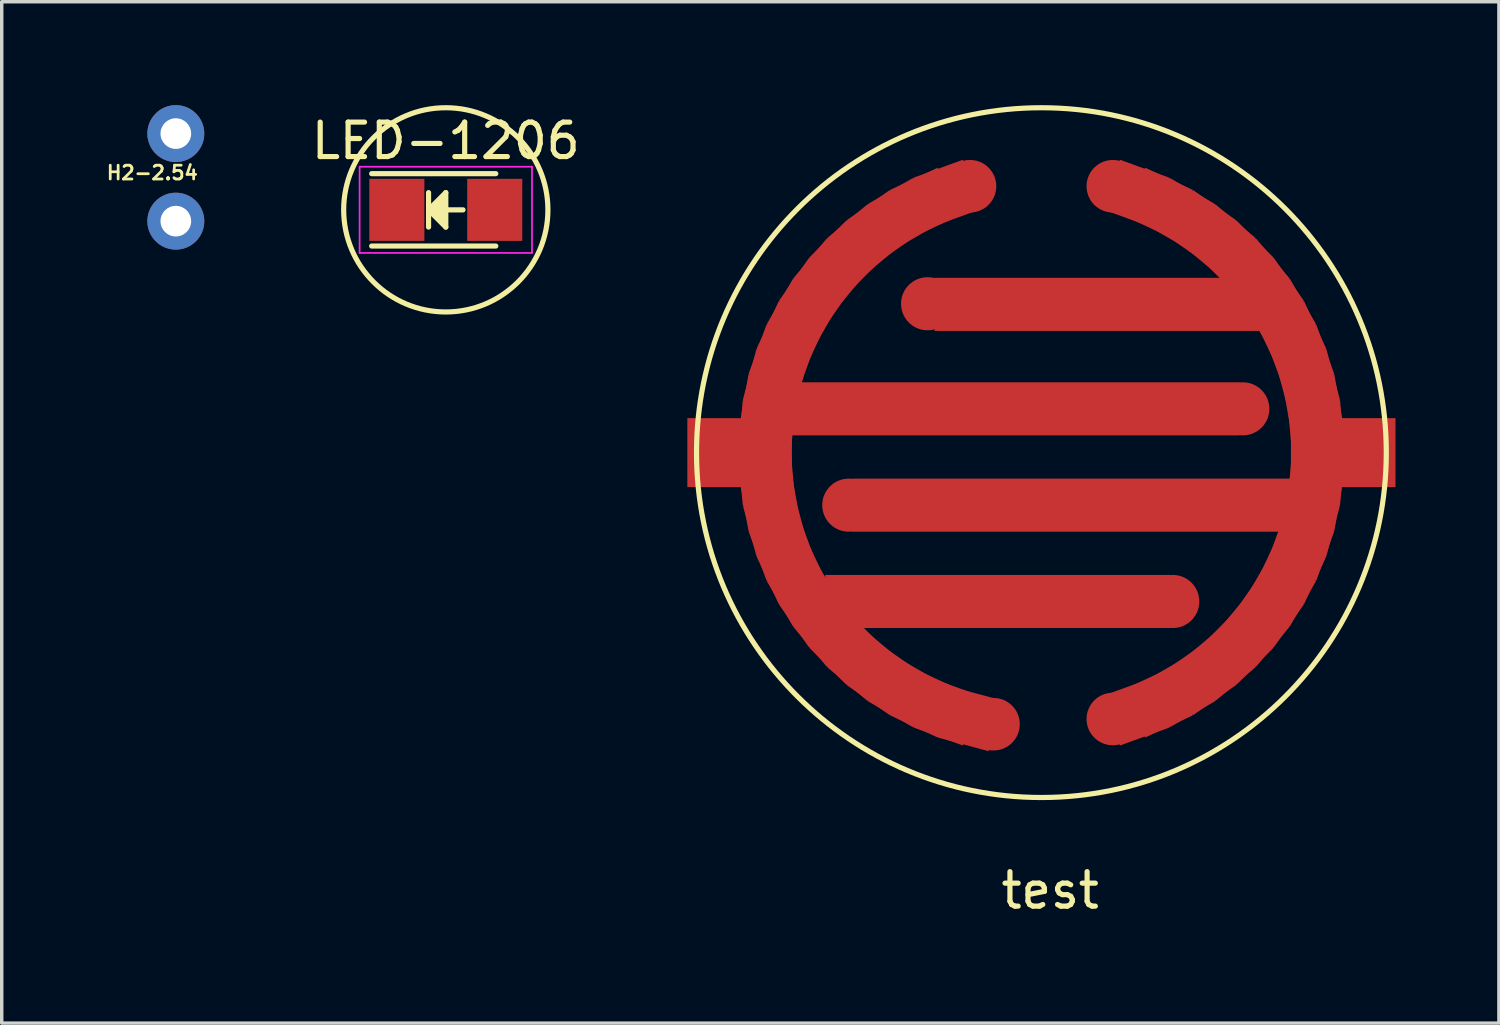
<source format=kicad_pcb>
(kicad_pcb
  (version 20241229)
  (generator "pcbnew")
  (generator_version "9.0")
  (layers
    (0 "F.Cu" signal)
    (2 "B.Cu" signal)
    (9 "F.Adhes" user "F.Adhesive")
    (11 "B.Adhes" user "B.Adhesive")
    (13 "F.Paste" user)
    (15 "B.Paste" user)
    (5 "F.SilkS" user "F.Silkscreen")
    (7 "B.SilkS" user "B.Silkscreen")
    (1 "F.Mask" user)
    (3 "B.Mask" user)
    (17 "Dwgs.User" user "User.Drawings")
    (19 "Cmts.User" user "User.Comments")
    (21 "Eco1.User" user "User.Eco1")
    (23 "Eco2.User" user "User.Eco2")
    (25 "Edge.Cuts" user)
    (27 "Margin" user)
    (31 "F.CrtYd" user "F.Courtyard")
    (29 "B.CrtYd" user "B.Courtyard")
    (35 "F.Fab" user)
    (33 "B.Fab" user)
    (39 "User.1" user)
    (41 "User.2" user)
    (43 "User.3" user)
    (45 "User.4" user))
  (footprint "H2-2.54"
    (layer "F.Cu")
    (at 2.05 2.095)
    (property "Reference" "H2-2.54" (at -2.05 0.1 180) (layer "F.SilkS") (effects (font (size 0.4 0.4) (thickness 0.08)) (justify left bottom)))
    (attr through_hole)
    (pad "1" thru_hole circle (at 0 -1.27) (size 1.651 1.651) (drill 0.889) (layers "*.Cu" "*.Mask"))
    (pad "2" thru_hole circle (at 0 1.27) (size 1.651 1.651) (drill 0.889) (layers "*.Cu" "*.Mask")))
  (footprint "test"
    (layer "F.Cu")
    (at 27.158 10.079)
    (property "Reference" "test" (at 0.254 12.7 0) (layer "F.SilkS") (effects (font (size 1 1) (thickness 0.15))))
    (attr through_hole)
    (fp_circle (center 0 0) (end -8.382 -5.461) (stroke (width 0.15) (type solid)) (fill no) (layer "F.SilkS"))
    (pad "1" smd rect (at -9.271 0) (size 2 2) (layers "F.Cu" "F.Mask" "F.Paste"))
    (pad "1" smd rect (at -8 0) (size 1.524 1.524) (layers "F.Cu" "F.Mask" "F.Paste"))
    (pad "1" smd rect (at -7.97 -0.697 355) (size 1.524 1.524) (layers "F.Cu" "F.Mask" "F.Paste"))
    (pad "1" smd rect (at -7.97 0.697 5) (size 1.524 1.524) (layers "F.Cu" "F.Mask" "F.Paste"))
    (pad "1" smd rect (at -7.878 -1.389 350) (size 1.524 1.524) (layers "F.Cu" "F.Mask" "F.Paste"))
    (pad "1" smd rect (at -7.878 1.389 10) (size 1.524 1.524) (layers "F.Cu" "F.Mask" "F.Paste"))
    (pad "1" smd rect (at -7.727 -2.071 345) (size 1.524 1.524) (layers "F.Cu" "F.Mask" "F.Paste"))
    (pad "1" smd rect (at -7.727 2.071 15) (size 1.524 1.524) (layers "F.Cu" "F.Mask" "F.Paste"))
    (pad "1" smd rect (at -7.518 -2.736 340) (size 1.524 1.524) (layers "F.Cu" "F.Mask" "F.Paste"))
    (pad "1" smd rect (at -7.518 2.736 20) (size 1.524 1.524) (layers "F.Cu" "F.Mask" "F.Paste"))
    (pad "1" smd rect (at -7.25 -3.381 335) (size 1.524 1.524) (layers "F.Cu" "F.Mask" "F.Paste"))
    (pad "1" smd rect (at -7.25 3.381 25) (size 1.524 1.524) (layers "F.Cu" "F.Mask" "F.Paste"))
    (pad "1" smd rect (at -6.928 -4 330) (size 1.524 1.524) (layers "F.Cu" "F.Mask" "F.Paste"))
    (pad "1" smd rect (at -6.928 4 30) (size 1.524 1.524) (layers "F.Cu" "F.Mask" "F.Paste"))
    (pad "1" smd rect (at -6.553 -4.589 325) (size 1.524 1.524) (layers "F.Cu" "F.Mask" "F.Paste"))
    (pad "1" smd rect (at -6.553 4.589 35) (size 1.524 1.524) (layers "F.Cu" "F.Mask" "F.Paste"))
    (pad "1" smd rect (at -6.128 -5.142 320) (size 1.524 1.524) (layers "F.Cu" "F.Mask" "F.Paste"))
    (pad "1" smd rect (at -6.128 5.142 40) (size 1.524 1.524) (layers "F.Cu" "F.Mask" "F.Paste"))
    (pad "1" smd rect (at -5.657 -5.657 315) (size 1.524 1.524) (layers "F.Cu" "F.Mask" "F.Paste"))
    (pad "1" smd rect (at -5.657 5.657 45) (size 1.524 1.524) (layers "F.Cu" "F.Mask" "F.Paste"))
    (pad "1" smd rect (at -5.142 -6.128 310) (size 1.524 1.524) (layers "F.Cu" "F.Mask" "F.Paste"))
    (pad "1" smd rect (at -5.142 6.128 50) (size 1.524 1.524) (layers "F.Cu" "F.Mask" "F.Paste"))
    (pad "1" smd rect (at -4.589 -6.553 305) (size 1.524 1.524) (layers "F.Cu" "F.Mask" "F.Paste"))
    (pad "1" smd rect (at -4.589 6.553 55) (size 1.524 1.524) (layers "F.Cu" "F.Mask" "F.Paste"))
    (pad "1" smd rect (at -4 -6.928 300) (size 1.524 1.524) (layers "F.Cu" "F.Mask" "F.Paste"))
    (pad "1" smd rect (at -4 6.928 60) (size 1.524 1.524) (layers "F.Cu" "F.Mask" "F.Paste"))
    (pad "1" smd rect (at -3.381 -7.25 295) (size 1.524 1.524) (layers "F.Cu" "F.Mask" "F.Paste"))
    (pad "1" smd rect (at -3.381 7.25 65) (size 1.524 1.524) (layers "F.Cu" "F.Mask" "F.Paste"))
    (pad "1" smd rect (at -2.736 -7.518 290) (size 1.524 1.524) (layers "F.Cu" "F.Mask" "F.Paste"))
    (pad "1" smd rect (at -2.736 7.518 70) (size 1.524 1.524) (layers "F.Cu" "F.Mask" "F.Paste"))
    (pad "1" smd circle (at -2.071 -7.727 285) (size 1.524 1.524) (layers "F.Cu" "F.Mask" "F.Paste"))
    (pad "1" smd rect (at -2.071 7.727 75) (size 1.524 1.524) (layers "F.Cu" "F.Mask" "F.Paste"))
    (pad "1" smd circle (at -1.389 7.878 80) (size 1.524 1.524) (layers "F.Cu" "F.Mask" "F.Paste"))
    (pad "1" smd rect (at -1.27 4.318) (size 10 1.54) (layers "F.Cu" "F.Mask" "F.Paste"))
    (pad "1" smd rect (at -0.762 -1.27) (size 13 1.54) (layers "F.Cu" "F.Mask" "F.Paste"))
    (pad "1" smd circle (at 3.81 4.318) (size 1.54 1.54) (layers "F.Cu" "F.Mask" "F.Paste"))
    (pad "1" smd circle (at 5.842 -1.27) (size 1.54 1.54) (layers "F.Cu" "F.Mask" "F.Paste"))
    (pad "2" smd circle (at -5.588 1.524) (size 1.54 1.54) (layers "F.Cu" "F.Mask" "F.Paste"))
    (pad "2" smd circle (at -3.302 -4.318) (size 1.54 1.54) (layers "F.Cu" "F.Mask" "F.Paste"))
    (pad "2" smd rect (at 1.016 1.524) (size 13 1.54) (layers "F.Cu" "F.Mask" "F.Paste"))
    (pad "2" smd rect (at 1.9 -4.3) (size 10 1.54) (layers "F.Cu" "F.Mask" "F.Paste"))
    (pad "2" smd circle (at 2.071 -7.727 255) (size 1.524 1.524) (layers "F.Cu" "F.Mask" "F.Paste"))
    (pad "2" smd circle (at 2.071 7.727 105) (size 1.524 1.524) (layers "F.Cu" "F.Mask" "F.Paste"))
    (pad "2" smd rect (at 2.736 -7.518 250) (size 1.524 1.524) (layers "F.Cu" "F.Mask" "F.Paste"))
    (pad "2" smd rect (at 2.736 7.518 110) (size 1.524 1.524) (layers "F.Cu" "F.Mask" "F.Paste"))
    (pad "2" smd rect (at 3.381 -7.25 245) (size 1.524 1.524) (layers "F.Cu" "F.Mask" "F.Paste"))
    (pad "2" smd rect (at 3.381 7.25 115) (size 1.524 1.524) (layers "F.Cu" "F.Mask" "F.Paste"))
    (pad "2" smd rect (at 4 -6.928 240) (size 1.524 1.524) (layers "F.Cu" "F.Mask" "F.Paste"))
    (pad "2" smd rect (at 4 6.928 120) (size 1.524 1.524) (layers "F.Cu" "F.Mask" "F.Paste"))
    (pad "2" smd rect (at 4.589 -6.553 235) (size 1.524 1.524) (layers "F.Cu" "F.Mask" "F.Paste"))
    (pad "2" smd rect (at 4.589 6.553 125) (size 1.524 1.524) (layers "F.Cu" "F.Mask" "F.Paste"))
    (pad "2" smd rect (at 5.142 -6.128 230) (size 1.524 1.524) (layers "F.Cu" "F.Mask" "F.Paste"))
    (pad "2" smd rect (at 5.142 6.128 130) (size 1.524 1.524) (layers "F.Cu" "F.Mask" "F.Paste"))
    (pad "2" smd rect (at 5.657 -5.657 225) (size 1.524 1.524) (layers "F.Cu" "F.Mask" "F.Paste"))
    (pad "2" smd rect (at 5.657 5.657 135) (size 1.524 1.524) (layers "F.Cu" "F.Mask" "F.Paste"))
    (pad "2" smd rect (at 6.128 -5.142 220) (size 1.524 1.524) (layers "F.Cu" "F.Mask" "F.Paste"))
    (pad "2" smd rect (at 6.128 5.142 140) (size 1.524 1.524) (layers "F.Cu" "F.Mask" "F.Paste"))
    (pad "2" smd rect (at 6.553 -4.589 215) (size 1.524 1.524) (layers "F.Cu" "F.Mask" "F.Paste"))
    (pad "2" smd rect (at 6.553 4.589 145) (size 1.524 1.524) (layers "F.Cu" "F.Mask" "F.Paste"))
    (pad "2" smd rect (at 6.928 -4 210) (size 1.524 1.524) (layers "F.Cu" "F.Mask" "F.Paste"))
    (pad "2" smd rect (at 6.928 4 150) (size 1.524 1.524) (layers "F.Cu" "F.Mask" "F.Paste"))
    (pad "2" smd rect (at 7.25 -3.381 205) (size 1.524 1.524) (layers "F.Cu" "F.Mask" "F.Paste"))
    (pad "2" smd rect (at 7.25 3.381 155) (size 1.524 1.524) (layers "F.Cu" "F.Mask" "F.Paste"))
    (pad "2" smd rect (at 7.518 -2.736 200) (size 1.524 1.524) (layers "F.Cu" "F.Mask" "F.Paste"))
    (pad "2" smd rect (at 7.518 2.736 160) (size 1.524 1.524) (layers "F.Cu" "F.Mask" "F.Paste"))
    (pad "2" smd rect (at 7.727 -2.071 195) (size 1.524 1.524) (layers "F.Cu" "F.Mask" "F.Paste"))
    (pad "2" smd rect (at 7.727 2.071 165) (size 1.524 1.524) (layers "F.Cu" "F.Mask" "F.Paste"))
    (pad "2" smd rect (at 7.878 -1.389 190) (size 1.524 1.524) (layers "F.Cu" "F.Mask" "F.Paste"))
    (pad "2" smd rect (at 7.878 1.389 170) (size 1.524 1.524) (layers "F.Cu" "F.Mask" "F.Paste"))
    (pad "2" smd rect (at 7.97 -0.697 185) (size 1.524 1.524) (layers "F.Cu" "F.Mask" "F.Paste"))
    (pad "2" smd rect (at 7.97 0.697 175) (size 1.524 1.524) (layers "F.Cu" "F.Mask" "F.Paste"))
    (pad "2" smd rect (at 8 0 180) (size 1.524 1.524) (layers "F.Cu" "F.Mask" "F.Paste"))
    (pad "2" smd rect (at 9.271 0) (size 2 2) (layers "F.Cu" "F.Mask" "F.Paste")))
  (footprint "LED-1206"
    (layer "F.Cu")
    (at 9.881 3.037)
    (property "Reference" "LED-1206" (at 0 -2 0) (layer "F.SilkS") (effects (font (size 1 1) (thickness 0.15))))
    (attr smd)
    (fp_line (start -2.15 -1.05) (end 1.45 -1.05) (stroke (width 0.15) (type solid)) (layer "F.SilkS"))
    (fp_line (start -2.15 1.05) (end 1.45 1.05) (stroke (width 0.15) (type solid)) (layer "F.SilkS"))
    (fp_line (start -0.5 -0.5) (end -0.5 0.5) (stroke (width 0.15) (type solid)) (layer "F.SilkS"))
    (fp_line (start -0.5 0) (end 0 -0.5) (stroke (width 0.15) (type solid)) (layer "F.SilkS"))
    (fp_line (start -0.4 0) (end -0.2 -0.2) (stroke (width 0.15) (type solid)) (layer "F.SilkS"))
    (fp_line (start -0.2 -0.2) (end -0.2 0.05) (stroke (width 0.15) (type solid)) (layer "F.SilkS"))
    (fp_line (start -0.2 0.05) (end -0.25 0) (stroke (width 0.15) (type solid)) (layer "F.SilkS"))
    (fp_line (start -0.1 -0.3) (end -0.1 0.3) (stroke (width 0.15) (type solid)) (layer "F.SilkS"))
    (fp_line (start -0.1 0.3) (end -0.4 0) (stroke (width 0.15) (type solid)) (layer "F.SilkS"))
    (fp_line (start 0 -0.5) (end 0 0.5) (stroke (width 0.15) (type solid)) (layer "F.SilkS"))
    (fp_line (start 0 0) (end 0.5 0) (stroke (width 0.15) (type solid)) (layer "F.SilkS"))
    (fp_line (start 0 0.5) (end -0.5 0) (stroke (width 0.15) (type solid)) (layer "F.SilkS"))
    (fp_circle (center 0 0) (end -2.54 -1.524) (stroke (width 0.15) (type solid)) (fill no) (layer "F.SilkS"))
    (fp_line (start -2.5 -1.25) (end -2.5 1.25) (stroke (width 0.05) (type solid)) (layer "F.CrtYd"))
    (fp_line (start -2.5 1.25) (end 2.5 1.25) (stroke (width 0.05) (type solid)) (layer "F.CrtYd"))
    (fp_line (start 2.5 -1.25) (end -2.5 -1.25) (stroke (width 0.05) (type solid)) (layer "F.CrtYd"))
    (fp_line (start 2.5 1.25) (end 2.5 -1.25) (stroke (width 0.05) (type solid)) (layer "F.CrtYd"))
    (pad "1" smd rect (at -1.42 0 180) (size 1.598 1.801) (layers "F.Cu" "F.Mask" "F.Paste"))
    (pad "2" smd rect (at 1.42 0 180) (size 1.598 1.801) (layers "F.Cu" "F.Mask" "F.Paste")))
  (gr_rect
    (start -3 -3)
    (end 40.429 26.627)
    (stroke (width 0.1) (type default))
    (fill no)
    (layer "Edge.Cuts")))
</source>
